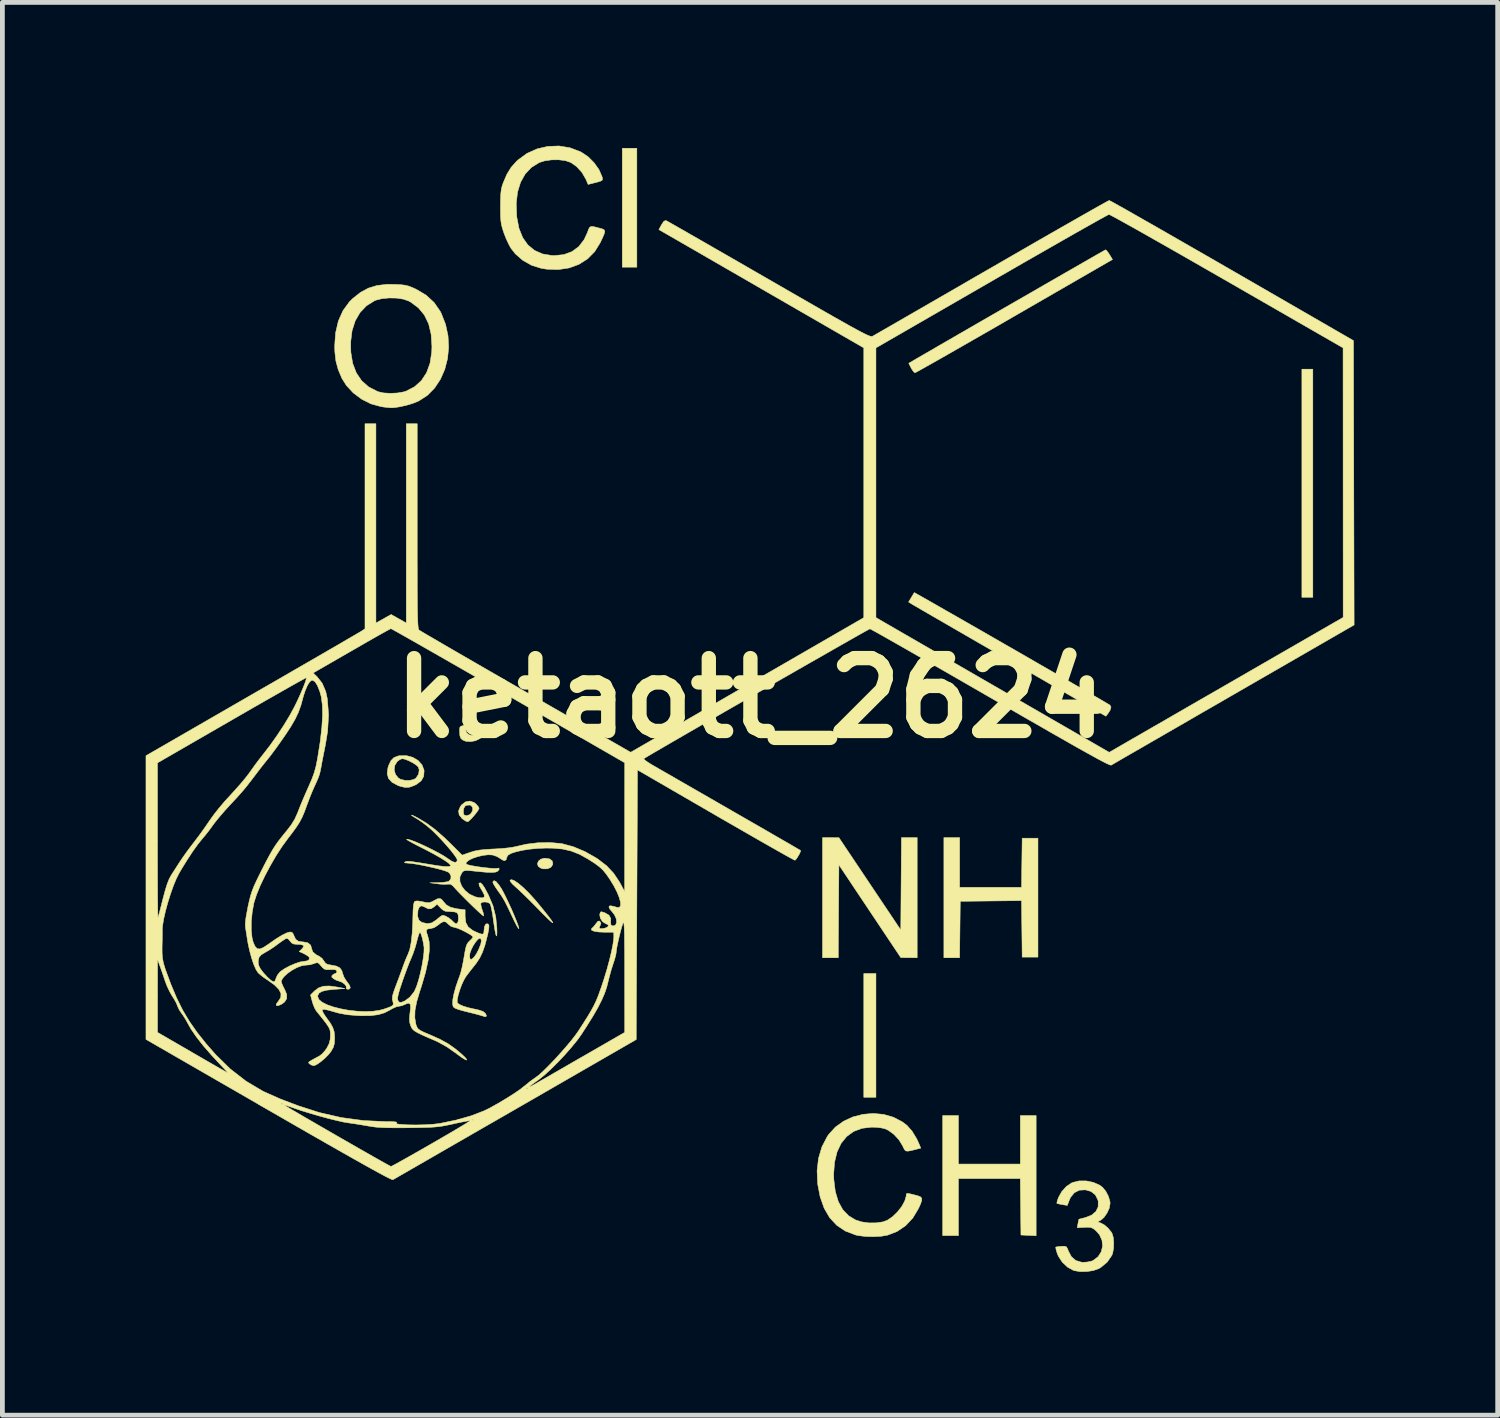
<source format=kicad_pcb>
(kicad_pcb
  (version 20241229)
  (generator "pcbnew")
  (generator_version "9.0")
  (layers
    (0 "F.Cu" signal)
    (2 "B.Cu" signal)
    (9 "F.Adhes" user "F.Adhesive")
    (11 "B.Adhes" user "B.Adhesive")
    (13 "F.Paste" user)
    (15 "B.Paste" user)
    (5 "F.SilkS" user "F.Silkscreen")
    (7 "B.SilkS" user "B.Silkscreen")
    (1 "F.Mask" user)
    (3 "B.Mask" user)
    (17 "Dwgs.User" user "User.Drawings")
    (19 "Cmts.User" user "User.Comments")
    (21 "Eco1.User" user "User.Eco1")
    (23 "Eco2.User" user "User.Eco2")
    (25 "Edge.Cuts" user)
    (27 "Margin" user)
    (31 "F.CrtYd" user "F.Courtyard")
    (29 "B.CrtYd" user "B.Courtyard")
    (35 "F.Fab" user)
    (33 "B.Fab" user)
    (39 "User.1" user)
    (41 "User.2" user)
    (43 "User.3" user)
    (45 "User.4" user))
  (footprint "ketaott_2624"
    (layer "F.Cu")
    (at 12.692 11.559)
    (property "Reference" "ketaott_2624" (at 0 0 0) (layer "F.SilkS") (effects (font (size 1.524 1.524) (thickness 0.3))))
    (attr through_hole)
    (fp_poly (pts (xy -2.413 -9.017) (xy -2.718 -9.017) (xy -2.718 -11.506) (xy -2.413 -11.506) (xy -2.413 -9.017)) (stroke (width 0.01) (type solid)) (fill yes) (layer "F.SilkS"))
    (fp_poly (pts (xy 2.591 8.357) (xy 2.337 8.357) (xy 2.337 5.766) (xy 2.591 5.766) (xy 2.591 8.357)) (stroke (width 0.01) (type solid)) (fill yes) (layer "F.SilkS"))
    (fp_poly (pts (xy 11.735 -2.108) (xy 11.506 -2.108) (xy 11.506 -6.883) (xy 11.735 -6.883) (xy 11.735 -2.108)) (stroke (width 0.01) (type solid)) (fill yes) (layer "F.SilkS"))
    (fp_poly (pts (xy 4.318 9.754) (xy 5.613 9.754) (xy 5.613 8.738) (xy 5.944 8.738) (xy 5.944 11.255) (xy 5.626 11.239) (xy 5.619 10.649) (xy 5.612 10.058) (xy 4.318 10.058) (xy 4.318 11.252) (xy 3.988 11.252) (xy 3.988 8.738) (xy 4.318 8.738) (xy 4.318 9.754)) (stroke (width 0.01) (type solid)) (fill yes) (layer "F.SilkS"))
    (fp_poly (pts (xy -4.241 3.367) (xy -4.185 3.408) (xy -4.171 3.47) (xy -4.174 3.486) (xy -4.212 3.543) (xy -4.282 3.575) (xy -4.37 3.576) (xy -4.42 3.563) (xy -4.477 3.523) (xy -4.494 3.47) (xy -4.475 3.417) (xy -4.426 3.374) (xy -4.35 3.353) (xy -4.334 3.353) (xy -4.241 3.367)) (stroke (width 0.01) (type solid)) (fill yes) (layer "F.SilkS"))
    (fp_poly (pts (xy 3.454 5.436) (xy 3.283 5.435) (xy 3.111 5.433) (xy 1.816 3.493) (xy 1.809 4.464) (xy 1.803 5.436) (xy 1.473 5.436) (xy 1.473 2.921) (xy 1.645 2.922) (xy 1.816 2.923) (xy 3.111 4.856) (xy 3.118 3.889) (xy 3.125 2.921) (xy 3.454 2.921) (xy 3.454 5.436)) (stroke (width 0.01) (type solid)) (fill yes) (layer "F.SilkS"))
    (fp_poly (pts (xy 4.343 3.962) (xy 5.638 3.962) (xy 5.652 2.934) (xy 5.982 2.934) (xy 5.982 5.423) (xy 5.652 5.423) (xy 5.645 4.832) (xy 5.638 4.241) (xy 4.997 4.248) (xy 4.356 4.255) (xy 4.349 4.845) (xy 4.342 5.436) (xy 4.013 5.436) (xy 4.013 2.921) (xy 4.343 2.921) (xy 4.343 3.962)) (stroke (width 0.01) (type solid)) (fill yes) (layer "F.SilkS"))
    (fp_poly (pts (xy -4.974 3.825) (xy -4.892 3.881) (xy -4.793 3.965) (xy -4.682 4.073) (xy -4.565 4.201) (xy -4.499 4.277) (xy -4.367 4.439) (xy -4.268 4.563) (xy -4.203 4.649) (xy -4.172 4.697) (xy -4.175 4.707) (xy -4.211 4.679) (xy -4.282 4.613) (xy -4.386 4.51) (xy -4.497 4.396) (xy -4.611 4.281) (xy -4.723 4.169) (xy -4.826 4.07) (xy -4.908 3.992) (xy -4.95 3.955) (xy -5.017 3.893) (xy -5.059 3.843) (xy -5.069 3.813) (xy -5.069 3.813) (xy -5.035 3.801) (xy -4.974 3.825)) (stroke (width 0.01) (type solid)) (fill yes) (layer "F.SilkS"))
    (fp_poly (pts (xy -5.36 3.842) (xy -5.303 3.908) (xy -5.25 3.987) (xy -5.207 4.065) (xy -5.155 4.168) (xy -5.098 4.287) (xy -5.04 4.413) (xy -4.986 4.538) (xy -4.94 4.651) (xy -4.904 4.743) (xy -4.884 4.806) (xy -4.882 4.828) (xy -4.895 4.818) (xy -4.925 4.769) (xy -4.966 4.691) (xy -5.001 4.618) (xy -5.072 4.468) (xy -5.126 4.356) (xy -5.169 4.27) (xy -5.207 4.203) (xy -5.243 4.144) (xy -5.285 4.084) (xy -5.321 4.034) (xy -5.375 3.955) (xy -5.413 3.891) (xy -5.428 3.852) (xy -5.427 3.849) (xy -5.402 3.822) (xy -5.36 3.842)) (stroke (width 0.01) (type solid)) (fill yes) (layer "F.SilkS"))
    (fp_poly (pts (xy -5.82 2.187) (xy -5.777 2.221) (xy -5.735 2.27) (xy -5.715 2.305) (xy -5.715 2.307) (xy -5.731 2.343) (xy -5.771 2.401) (xy -5.825 2.467) (xy -5.881 2.529) (xy -5.929 2.575) (xy -5.957 2.591) (xy -5.996 2.575) (xy -6.053 2.537) (xy -6.069 2.525) (xy -6.132 2.447) (xy -6.143 2.372) (xy -6.045 2.372) (xy -6.039 2.429) (xy -6.028 2.447) (xy -5.98 2.464) (xy -5.919 2.445) (xy -5.882 2.415) (xy -5.849 2.353) (xy -5.85 2.292) (xy -5.884 2.249) (xy -5.913 2.24) (xy -5.975 2.245) (xy -6.008 2.262) (xy -6.034 2.307) (xy -6.045 2.372) (xy -6.143 2.372) (xy -6.144 2.362) (xy -6.107 2.271) (xy -6.081 2.237) (xy -6 2.174) (xy -5.909 2.157) (xy -5.82 2.187)) (stroke (width 0.01) (type solid)) (fill yes) (layer "F.SilkS"))
    (fp_poly (pts (xy -5.755 0.546) (xy -5.683 0.587) (xy -5.64 0.657) (xy -5.622 0.729) (xy -5.637 0.785) (xy -5.698 0.85) (xy -5.789 0.894) (xy -5.894 0.913) (xy -5.996 0.905) (xy -6.065 0.875) (xy -6.101 0.838) (xy -6.118 0.783) (xy -6.121 0.711) (xy -6.122 0.672) (xy -5.994 0.672) (xy -5.973 0.731) (xy -5.921 0.771) (xy -5.857 0.783) (xy -5.8 0.76) (xy -5.796 0.757) (xy -5.766 0.7) (xy -5.773 0.641) (xy -5.812 0.6) (xy -5.827 0.595) (xy -5.894 0.594) (xy -5.955 0.617) (xy -5.991 0.656) (xy -5.994 0.672) (xy -6.122 0.672) (xy -6.122 0.656) (xy -6.119 0.619) (xy -6.103 0.596) (xy -6.065 0.58) (xy -5.998 0.567) (xy -5.891 0.551) (xy -5.855 0.545) (xy -5.755 0.546)) (stroke (width 0.01) (type solid)) (fill yes) (layer "F.SilkS"))
    (fp_poly (pts (xy 7.42 -9.364) (xy 7.457 -9.315) (xy 7.479 -9.282) (xy 7.542 -9.178) (xy 5.489 -7.993) (xy 5.192 -7.821) (xy 4.907 -7.657) (xy 4.638 -7.503) (xy 4.387 -7.359) (xy 4.158 -7.228) (xy 3.953 -7.111) (xy 3.776 -7.011) (xy 3.63 -6.929) (xy 3.519 -6.866) (xy 3.444 -6.825) (xy 3.409 -6.808) (xy 3.407 -6.807) (xy 3.38 -6.828) (xy 3.343 -6.88) (xy 3.328 -6.907) (xy 3.278 -7.006) (xy 3.474 -7.121) (xy 3.591 -7.189) (xy 3.739 -7.274) (xy 3.913 -7.376) (xy 4.112 -7.49) (xy 4.329 -7.616) (xy 4.563 -7.751) (xy 4.808 -7.893) (xy 5.062 -8.039) (xy 5.32 -8.188) (xy 5.579 -8.337) (xy 5.835 -8.484) (xy 6.084 -8.628) (xy 6.322 -8.765) (xy 6.546 -8.894) (xy 6.752 -9.012) (xy 6.936 -9.118) (xy 7.095 -9.209) (xy 7.224 -9.283) (xy 7.32 -9.337) (xy 7.379 -9.371) (xy 7.397 -9.381) (xy 7.42 -9.364)) (stroke (width 0.01) (type solid)) (fill yes) (layer "F.SilkS"))
    (fp_poly (pts (xy -7.104 1.241) (xy -6.993 1.306) (xy -6.911 1.397) (xy -6.868 1.507) (xy -6.866 1.525) (xy -6.874 1.638) (xy -6.926 1.732) (xy -7.025 1.808) (xy -7.072 1.831) (xy -7.172 1.867) (xy -7.264 1.872) (xy -7.369 1.847) (xy -7.415 1.83) (xy -7.537 1.765) (xy -7.611 1.683) (xy -7.639 1.582) (xy -7.629 1.508) (xy -7.491 1.508) (xy -7.465 1.599) (xy -7.406 1.673) (xy -7.357 1.702) (xy -7.264 1.724) (xy -7.165 1.724) (xy -7.079 1.704) (xy -7.036 1.677) (xy -6.982 1.595) (xy -6.968 1.508) (xy -6.985 1.448) (xy -7.025 1.407) (xy -7.096 1.36) (xy -7.182 1.315) (xy -7.264 1.282) (xy -7.323 1.27) (xy -7.371 1.287) (xy -7.427 1.328) (xy -7.431 1.332) (xy -7.48 1.414) (xy -7.491 1.508) (xy -7.629 1.508) (xy -7.622 1.458) (xy -7.609 1.414) (xy -7.56 1.311) (xy -7.497 1.247) (xy -7.409 1.213) (xy -7.379 1.208) (xy -7.235 1.206) (xy -7.104 1.241)) (stroke (width 0.01) (type solid)) (fill yes) (layer "F.SilkS"))
    (fp_poly (pts (xy 3.416 -2.195) (xy 3.478 -2.16) (xy 3.577 -2.104) (xy 3.709 -2.029) (xy 3.869 -1.938) (xy 4.055 -1.831) (xy 4.263 -1.713) (xy 4.489 -1.583) (xy 4.729 -1.446) (xy 4.979 -1.302) (xy 5.236 -1.154) (xy 5.496 -1.005) (xy 5.755 -0.856) (xy 6.009 -0.709) (xy 6.256 -0.567) (xy 6.491 -0.432) (xy 6.709 -0.305) (xy 6.909 -0.19) (xy 7.085 -0.087) (xy 7.235 -0.001) (xy 7.354 0.069) (xy 7.439 0.119) (xy 7.486 0.147) (xy 7.489 0.149) (xy 7.511 0.19) (xy 7.492 0.256) (xy 7.448 0.324) (xy 7.404 0.381) (xy 5.397 -0.777) (xy 5.103 -0.947) (xy 4.82 -1.11) (xy 4.552 -1.265) (xy 4.303 -1.409) (xy 4.074 -1.542) (xy 3.871 -1.659) (xy 3.695 -1.761) (xy 3.55 -1.845) (xy 3.439 -1.91) (xy 3.366 -1.952) (xy 3.333 -1.972) (xy 3.333 -1.972) (xy 3.274 -2.009) (xy 3.331 -2.103) (xy 3.367 -2.163) (xy 3.39 -2.201) (xy 3.394 -2.206) (xy 3.416 -2.195)) (stroke (width 0.01) (type solid)) (fill yes) (layer "F.SilkS"))
    (fp_poly (pts (xy 2.752 8.715) (xy 2.957 8.774) (xy 3.144 8.872) (xy 3.239 8.944) (xy 3.347 9.065) (xy 3.445 9.227) (xy 3.491 9.327) (xy 3.53 9.421) (xy 3.435 9.445) (xy 3.329 9.472) (xy 3.261 9.484) (xy 3.219 9.48) (xy 3.192 9.457) (xy 3.167 9.41) (xy 3.149 9.371) (xy 3.071 9.245) (xy 2.967 9.133) (xy 2.851 9.048) (xy 2.779 9.015) (xy 2.701 8.997) (xy 2.597 8.985) (xy 2.5 8.982) (xy 2.298 9.006) (xy 2.124 9.072) (xy 1.978 9.178) (xy 1.862 9.321) (xy 1.777 9.501) (xy 1.725 9.715) (xy 1.706 9.961) (xy 1.71 10.084) (xy 1.741 10.331) (xy 1.803 10.539) (xy 1.896 10.708) (xy 2.021 10.838) (xy 2.164 10.924) (xy 2.294 10.965) (xy 2.444 10.986) (xy 2.598 10.985) (xy 2.738 10.964) (xy 2.832 10.929) (xy 2.94 10.855) (xy 3.042 10.756) (xy 3.13 10.644) (xy 3.193 10.53) (xy 3.224 10.427) (xy 3.225 10.405) (xy 3.227 10.382) (xy 3.238 10.37) (xy 3.267 10.37) (xy 3.324 10.381) (xy 3.418 10.405) (xy 3.461 10.416) (xy 3.518 10.437) (xy 3.548 10.466) (xy 3.55 10.513) (xy 3.526 10.587) (xy 3.481 10.686) (xy 3.363 10.883) (xy 3.212 11.044) (xy 3.034 11.165) (xy 2.839 11.241) (xy 2.704 11.265) (xy 2.542 11.274) (xy 2.374 11.27) (xy 2.223 11.251) (xy 2.165 11.238) (xy 1.952 11.157) (xy 1.772 11.037) (xy 1.623 10.877) (xy 1.507 10.678) (xy 1.423 10.44) (xy 1.371 10.168) (xy 1.359 9.896) (xy 1.389 9.636) (xy 1.46 9.395) (xy 1.571 9.18) (xy 1.599 9.139) (xy 1.742 8.981) (xy 1.915 8.857) (xy 2.111 8.767) (xy 2.321 8.713) (xy 2.537 8.695) (xy 2.752 8.715)) (stroke (width 0.01) (type solid)) (fill yes) (layer "F.SilkS"))
    (fp_poly (pts (xy -7.483 -8.657) (xy -7.358 -8.651) (xy -7.266 -8.64) (xy -7.188 -8.621) (xy -7.106 -8.589) (xy -7.03 -8.554) (xy -6.823 -8.431) (xy -6.656 -8.277) (xy -6.527 -8.091) (xy -6.507 -8.051) (xy -6.416 -7.819) (xy -6.365 -7.58) (xy -6.352 -7.339) (xy -6.375 -7.103) (xy -6.433 -6.878) (xy -6.524 -6.671) (xy -6.646 -6.487) (xy -6.797 -6.334) (xy -6.976 -6.218) (xy -7.002 -6.206) (xy -7.111 -6.163) (xy -7.242 -6.125) (xy -7.375 -6.095) (xy -7.493 -6.077) (xy -7.556 -6.074) (xy -7.626 -6.08) (xy -7.719 -6.091) (xy -7.772 -6.1) (xy -7.977 -6.156) (xy -8.172 -6.254) (xy -8.347 -6.385) (xy -8.493 -6.542) (xy -8.587 -6.692) (xy -8.664 -6.875) (xy -8.712 -7.053) (xy -8.734 -7.248) (xy -8.737 -7.367) (xy -8.732 -7.448) (xy -8.403 -7.448) (xy -8.399 -7.237) (xy -8.361 -7.005) (xy -8.285 -6.806) (xy -8.173 -6.64) (xy -8.025 -6.51) (xy -7.841 -6.416) (xy -7.826 -6.41) (xy -7.712 -6.385) (xy -7.572 -6.377) (xy -7.425 -6.384) (xy -7.293 -6.407) (xy -7.242 -6.423) (xy -7.064 -6.515) (xy -6.921 -6.645) (xy -6.813 -6.81) (xy -6.741 -7.009) (xy -6.706 -7.242) (xy -6.702 -7.36) (xy -6.719 -7.614) (xy -6.771 -7.832) (xy -6.86 -8.015) (xy -6.985 -8.166) (xy -7.148 -8.287) (xy -7.188 -8.309) (xy -7.3 -8.348) (xy -7.443 -8.37) (xy -7.598 -8.373) (xy -7.748 -8.359) (xy -7.876 -8.326) (xy -7.903 -8.315) (xy -8.071 -8.21) (xy -8.206 -8.069) (xy -8.308 -7.893) (xy -8.374 -7.685) (xy -8.403 -7.448) (xy -8.732 -7.448) (xy -8.718 -7.643) (xy -8.66 -7.891) (xy -8.564 -8.107) (xy -8.43 -8.291) (xy -8.365 -8.356) (xy -8.201 -8.487) (xy -8.033 -8.578) (xy -7.851 -8.634) (xy -7.643 -8.658) (xy -7.483 -8.657)) (stroke (width 0.01) (type solid)) (fill yes) (layer "F.SilkS"))
    (fp_poly (pts (xy -3.815 -11.517) (xy -3.595 -11.434) (xy -3.574 -11.423) (xy -3.433 -11.328) (xy -3.307 -11.202) (xy -3.207 -11.061) (xy -3.143 -10.915) (xy -3.137 -10.894) (xy -3.131 -10.857) (xy -3.143 -10.833) (xy -3.183 -10.814) (xy -3.26 -10.792) (xy -3.277 -10.788) (xy -3.433 -10.749) (xy -3.479 -10.857) (xy -3.562 -11) (xy -3.675 -11.124) (xy -3.795 -11.208) (xy -3.908 -11.247) (xy -4.05 -11.265) (xy -4.203 -11.263) (xy -4.35 -11.241) (xy -4.458 -11.206) (xy -4.62 -11.105) (xy -4.75 -10.967) (xy -4.847 -10.794) (xy -4.91 -10.589) (xy -4.937 -10.354) (xy -4.928 -10.092) (xy -4.925 -10.061) (xy -4.88 -9.83) (xy -4.803 -9.637) (xy -4.694 -9.483) (xy -4.555 -9.368) (xy -4.387 -9.294) (xy -4.189 -9.261) (xy -4.14 -9.26) (xy -3.942 -9.28) (xy -3.771 -9.343) (xy -3.629 -9.447) (xy -3.517 -9.593) (xy -3.45 -9.736) (xy -3.424 -9.807) (xy -3.402 -9.85) (xy -3.373 -9.868) (xy -3.325 -9.867) (xy -3.247 -9.848) (xy -3.167 -9.827) (xy -3.119 -9.812) (xy -3.092 -9.792) (xy -3.085 -9.759) (xy -3.1 -9.704) (xy -3.138 -9.618) (xy -3.181 -9.527) (xy -3.296 -9.341) (xy -3.446 -9.19) (xy -3.626 -9.076) (xy -3.831 -9.001) (xy -4.057 -8.967) (xy -4.299 -8.975) (xy -4.413 -8.993) (xy -4.615 -9.056) (xy -4.8 -9.16) (xy -4.956 -9.296) (xy -5.05 -9.416) (xy -5.096 -9.501) (xy -5.148 -9.612) (xy -5.193 -9.727) (xy -5.198 -9.741) (xy -5.227 -9.83) (xy -5.247 -9.907) (xy -5.259 -9.986) (xy -5.266 -10.08) (xy -5.268 -10.204) (xy -5.268 -10.287) (xy -5.266 -10.438) (xy -5.261 -10.55) (xy -5.251 -10.636) (xy -5.235 -10.71) (xy -5.211 -10.78) (xy -5.134 -10.96) (xy -5.046 -11.104) (xy -4.936 -11.228) (xy -4.902 -11.26) (xy -4.713 -11.398) (xy -4.501 -11.493) (xy -4.276 -11.545) (xy -4.044 -11.554) (xy -3.815 -11.517)) (stroke (width 0.01) (type solid)) (fill yes) (layer "F.SilkS"))
    (fp_poly (pts (xy 7.142 10.138) (xy 7.275 10.197) (xy 7.337 10.244) (xy 7.402 10.324) (xy 7.456 10.428) (xy 7.488 10.533) (xy 7.492 10.577) (xy 7.475 10.676) (xy 7.427 10.781) (xy 7.362 10.873) (xy 7.31 10.918) (xy 7.232 10.967) (xy 7.293 10.986) (xy 7.369 11.026) (xy 7.45 11.096) (xy 7.517 11.179) (xy 7.533 11.206) (xy 7.558 11.288) (xy 7.568 11.398) (xy 7.564 11.516) (xy 7.546 11.619) (xy 7.528 11.666) (xy 7.43 11.808) (xy 7.296 11.919) (xy 7.252 11.944) (xy 7.138 11.984) (xy 7 12.004) (xy 6.859 12.005) (xy 6.738 11.984) (xy 6.721 11.978) (xy 6.599 11.91) (xy 6.49 11.806) (xy 6.409 11.682) (xy 6.386 11.627) (xy 6.364 11.555) (xy 6.354 11.505) (xy 6.355 11.493) (xy 6.384 11.485) (xy 6.446 11.478) (xy 6.473 11.476) (xy 6.543 11.474) (xy 6.58 11.489) (xy 6.604 11.533) (xy 6.617 11.57) (xy 6.681 11.692) (xy 6.773 11.772) (xy 6.891 11.808) (xy 6.936 11.811) (xy 7.028 11.803) (xy 7.11 11.784) (xy 7.136 11.773) (xy 7.24 11.694) (xy 7.307 11.59) (xy 7.334 11.472) (xy 7.322 11.349) (xy 7.269 11.232) (xy 7.197 11.151) (xy 7.14 11.105) (xy 7.09 11.082) (xy 7.027 11.076) (xy 6.955 11.079) (xy 6.804 11.087) (xy 6.82 10.998) (xy 6.832 10.939) (xy 6.84 10.909) (xy 6.841 10.908) (xy 6.866 10.902) (xy 6.925 10.887) (xy 6.972 10.875) (xy 7.105 10.823) (xy 7.195 10.747) (xy 7.242 10.65) (xy 7.243 10.535) (xy 7.236 10.504) (xy 7.183 10.399) (xy 7.093 10.328) (xy 6.976 10.294) (xy 6.848 10.301) (xy 6.744 10.354) (xy 6.666 10.449) (xy 6.64 10.505) (xy 6.596 10.62) (xy 6.492 10.603) (xy 6.425 10.59) (xy 6.383 10.579) (xy 6.378 10.577) (xy 6.38 10.55) (xy 6.398 10.492) (xy 6.41 10.457) (xy 6.479 10.332) (xy 6.577 10.223) (xy 6.69 10.147) (xy 6.705 10.141) (xy 6.84 10.107) (xy 6.992 10.107) (xy 7.142 10.138)) (stroke (width 0.01) (type solid)) (fill yes) (layer "F.SilkS"))
    (fp_poly (pts (xy -6.49 4.223) (xy -6.467 4.254) (xy -6.399 4.331) (xy -6.308 4.381) (xy -6.181 4.411) (xy -6.157 4.414) (xy -6.007 4.433) (xy -6.007 4.576) (xy -5.992 4.7) (xy -5.943 4.791) (xy -5.852 4.862) (xy -5.807 4.885) (xy -5.713 4.926) (xy -5.655 4.943) (xy -5.625 4.936) (xy -5.614 4.904) (xy -5.613 4.881) (xy -5.604 4.787) (xy -5.576 4.734) (xy -5.549 4.724) (xy -5.521 4.733) (xy -5.508 4.764) (xy -5.511 4.826) (xy -5.529 4.924) (xy -5.544 4.987) (xy -5.592 5.172) (xy -5.643 5.319) (xy -5.701 5.44) (xy -5.771 5.547) (xy -5.803 5.588) (xy -5.874 5.677) (xy -5.944 5.768) (xy -5.99 5.829) (xy -6.035 5.905) (xy -6.08 6.004) (xy -6.12 6.113) (xy -6.152 6.218) (xy -6.171 6.308) (xy -6.173 6.369) (xy -6.169 6.38) (xy -6.13 6.412) (xy -6.051 6.447) (xy -5.942 6.481) (xy -5.813 6.51) (xy -5.779 6.516) (xy -5.697 6.537) (xy -5.628 6.564) (xy -5.62 6.569) (xy -5.579 6.607) (xy -5.562 6.645) (xy -5.57 6.67) (xy -5.606 6.667) (xy -5.607 6.666) (xy -5.655 6.65) (xy -5.733 6.628) (xy -5.804 6.609) (xy -5.964 6.569) (xy -6.082 6.539) (xy -6.163 6.514) (xy -6.216 6.493) (xy -6.247 6.472) (xy -6.261 6.448) (xy -6.267 6.417) (xy -6.269 6.394) (xy -6.264 6.307) (xy -6.24 6.185) (xy -6.201 6.043) (xy -6.149 5.891) (xy -6.125 5.829) (xy -6.099 5.75) (xy -6.071 5.637) (xy -6.045 5.509) (xy -6.031 5.429) (xy -5.914 5.429) (xy -5.899 5.467) (xy -5.867 5.466) (xy -5.823 5.428) (xy -5.772 5.356) (xy -5.725 5.266) (xy -5.68 5.153) (xy -5.666 5.076) (xy -5.682 5.035) (xy -5.703 5.029) (xy -5.739 5.05) (xy -5.786 5.105) (xy -5.836 5.18) (xy -5.878 5.262) (xy -5.905 5.337) (xy -5.908 5.35) (xy -5.914 5.429) (xy -6.031 5.429) (xy -6.03 5.426) (xy -6.009 5.301) (xy -5.99 5.215) (xy -5.97 5.157) (xy -5.945 5.117) (xy -5.914 5.085) (xy -5.867 5.039) (xy -5.843 5.006) (xy -5.842 5.002) (xy -5.863 4.977) (xy -5.919 4.94) (xy -5.995 4.898) (xy -6.079 4.856) (xy -6.157 4.822) (xy -6.217 4.803) (xy -6.234 4.801) (xy -6.302 4.78) (xy -6.355 4.737) (xy -6.408 4.689) (xy -6.459 4.679) (xy -6.519 4.709) (xy -6.57 4.75) (xy -6.655 4.806) (xy -6.73 4.826) (xy -6.794 4.834) (xy -6.819 4.864) (xy -6.809 4.923) (xy -6.794 4.962) (xy -6.76 5.099) (xy -6.755 5.274) (xy -6.78 5.487) (xy -6.835 5.739) (xy -6.92 6.031) (xy -6.957 6.142) (xy -7.021 6.357) (xy -7.056 6.538) (xy -7.06 6.693) (xy -7.037 6.83) (xy -7.028 6.857) (xy -7.011 6.897) (xy -6.986 6.929) (xy -6.943 6.959) (xy -6.873 6.994) (xy -6.768 7.039) (xy -6.731 7.054) (xy -6.533 7.143) (xy -6.367 7.234) (xy -6.215 7.341) (xy -6.083 7.451) (xy -6.009 7.521) (xy -5.975 7.563) (xy -5.975 7.578) (xy -6.009 7.566) (xy -6.071 7.528) (xy -6.16 7.464) (xy -6.202 7.432) (xy -6.386 7.303) (xy -6.575 7.198) (xy -6.629 7.173) (xy -6.79 7.104) (xy -6.911 7.05) (xy -6.997 7.008) (xy -7.057 6.974) (xy -7.096 6.943) (xy -7.122 6.911) (xy -7.14 6.875) (xy -7.146 6.86) (xy -7.167 6.792) (xy -7.173 6.719) (xy -7.165 6.621) (xy -7.161 6.59) (xy -7.149 6.48) (xy -7.154 6.415) (xy -7.178 6.388) (xy -7.223 6.394) (xy -7.26 6.411) (xy -7.332 6.44) (xy -7.397 6.452) (xy -7.398 6.452) (xy -7.452 6.465) (xy -7.528 6.499) (xy -7.58 6.529) (xy -7.696 6.589) (xy -7.828 6.628) (xy -7.987 6.648) (xy -8.18 6.65) (xy -8.269 6.646) (xy -8.472 6.629) (xy -8.646 6.597) (xy -8.761 6.565) (xy -8.872 6.533) (xy -8.952 6.518) (xy -8.994 6.52) (xy -8.996 6.522) (xy -8.994 6.554) (xy -8.961 6.617) (xy -8.905 6.698) (xy -8.826 6.808) (xy -8.777 6.897) (xy -8.749 6.981) (xy -8.739 7.075) (xy -8.738 7.135) (xy -8.744 7.235) (xy -8.767 7.314) (xy -8.815 7.398) (xy -8.872 7.469) (xy -8.947 7.544) (xy -9.029 7.613) (xy -9.105 7.666) (xy -9.164 7.694) (xy -9.177 7.696) (xy -9.223 7.682) (xy -9.257 7.662) (xy -9.283 7.638) (xy -9.277 7.618) (xy -9.232 7.588) (xy -9.217 7.579) (xy -9.137 7.535) (xy -9.06 7.494) (xy -9.056 7.492) (xy -9 7.449) (xy -8.938 7.379) (xy -8.904 7.331) (xy -8.854 7.235) (xy -8.831 7.143) (xy -8.827 7.065) (xy -8.828 7.012) (xy -8.832 6.967) (xy -8.845 6.924) (xy -8.87 6.876) (xy -8.913 6.814) (xy -8.976 6.731) (xy -9.065 6.62) (xy -9.126 6.544) (xy -9.158 6.487) (xy -9.191 6.404) (xy -9.207 6.352) (xy -9.243 6.215) (xy -9.16 6.132) (xy -9.074 6.067) (xy -8.974 6.032) (xy -8.85 6.027) (xy -8.702 6.047) (xy -8.522 6.081) (xy -8.758 6.099) (xy -8.905 6.115) (xy -9.006 6.141) (xy -9.066 6.178) (xy -9.092 6.229) (xy -9.093 6.248) (xy -9.069 6.309) (xy -9.002 6.366) (xy -8.898 6.419) (xy -8.767 6.465) (xy -8.614 6.504) (xy -8.448 6.535) (xy -8.276 6.554) (xy -8.106 6.562) (xy -7.945 6.557) (xy -7.8 6.536) (xy -7.721 6.516) (xy -7.616 6.48) (xy -7.551 6.453) (xy -7.518 6.428) (xy -7.51 6.398) (xy -7.519 6.355) (xy -7.522 6.344) (xy -7.528 6.313) (xy -7.42 6.313) (xy -7.415 6.328) (xy -7.385 6.366) (xy -7.344 6.371) (xy -7.279 6.344) (xy -7.269 6.34) (xy -7.167 6.264) (xy -7.08 6.157) (xy -7.06 6.121) (xy -7.021 6.029) (xy -6.981 5.902) (xy -6.943 5.756) (xy -6.91 5.602) (xy -6.885 5.454) (xy -6.869 5.325) (xy -6.867 5.228) (xy -6.868 5.21) (xy -6.886 5.105) (xy -6.907 5.011) (xy -6.93 4.94) (xy -6.949 4.905) (xy -6.954 4.902) (xy -6.968 4.925) (xy -6.989 4.986) (xy -7.013 5.073) (xy -7.019 5.099) (xy -7.053 5.221) (xy -7.096 5.347) (xy -7.137 5.448) (xy -7.173 5.531) (xy -7.218 5.647) (xy -7.268 5.782) (xy -7.318 5.922) (xy -7.324 5.941) (xy -7.373 6.088) (xy -7.404 6.195) (xy -7.419 6.268) (xy -7.42 6.313) (xy -7.528 6.313) (xy -7.531 6.298) (xy -7.529 6.246) (xy -7.511 6.177) (xy -7.477 6.079) (xy -7.455 6.02) (xy -7.407 5.894) (xy -7.359 5.763) (xy -7.317 5.649) (xy -7.304 5.612) (xy -7.267 5.512) (xy -7.228 5.418) (xy -7.201 5.359) (xy -7.165 5.26) (xy -7.137 5.115) (xy -7.116 4.932) (xy -7.104 4.716) (xy -7.101 4.591) (xy -7.1 4.569) (xy -7.002 4.569) (xy -6.973 4.651) (xy -6.913 4.696) (xy -6.8 4.722) (xy -6.705 4.706) (xy -6.612 4.646) (xy -6.601 4.636) (xy -6.54 4.585) (xy -6.492 4.553) (xy -6.476 4.547) (xy -6.421 4.562) (xy -6.351 4.601) (xy -6.288 4.651) (xy -6.268 4.672) (xy -6.214 4.72) (xy -6.174 4.72) (xy -6.152 4.673) (xy -6.147 4.613) (xy -6.152 4.54) (xy -6.174 4.497) (xy -6.225 4.477) (xy -6.313 4.471) (xy -6.338 4.47) (xy -6.421 4.463) (xy -6.481 4.431) (xy -6.521 4.393) (xy -6.594 4.316) (xy -6.653 4.368) (xy -6.719 4.411) (xy -6.78 4.412) (xy -6.846 4.379) (xy -6.913 4.35) (xy -6.961 4.368) (xy -6.991 4.433) (xy -6.995 4.454) (xy -7.002 4.569) (xy -7.1 4.569) (xy -7.097 4.443) (xy -7.088 4.336) (xy -7.074 4.275) (xy -7.068 4.263) (xy -7.036 4.248) (xy -6.981 4.249) (xy -6.896 4.265) (xy -6.812 4.282) (xy -6.755 4.283) (xy -6.706 4.266) (xy -6.665 4.244) (xy -6.586 4.203) (xy -6.532 4.196) (xy -6.49 4.223)) (stroke (width 0.01) (type solid)) (fill yes) (layer "F.SilkS"))
    (fp_poly (pts (xy 7.5 -10.401) (xy 7.567 -10.365) (xy 7.672 -10.306) (xy 7.813 -10.227) (xy 7.987 -10.128) (xy 8.19 -10.012) (xy 8.421 -9.881) (xy 8.677 -9.734) (xy 8.954 -9.575) (xy 9.25 -9.405) (xy 9.562 -9.226) (xy 9.888 -9.038) (xy 10.046 -8.947) (xy 12.586 -7.48) (xy 12.592 -4.505) (xy 12.599 -1.529) (xy 10.078 -0.075) (xy 9.748 0.116) (xy 9.429 0.299) (xy 9.126 0.475) (xy 8.84 0.64) (xy 8.575 0.793) (xy 8.332 0.933) (xy 8.116 1.058) (xy 7.928 1.166) (xy 7.772 1.256) (xy 7.65 1.327) (xy 7.566 1.376) (xy 7.522 1.402) (xy 7.516 1.405) (xy 7.5 1.404) (xy 7.466 1.392) (xy 7.412 1.367) (xy 7.336 1.328) (xy 7.236 1.275) (xy 7.109 1.205) (xy 6.954 1.119) (xy 6.768 1.015) (xy 6.551 0.891) (xy 6.299 0.748) (xy 6.011 0.582) (xy 5.684 0.395) (xy 5.318 0.183) (xy 4.985 -0.009) (xy 4.657 -0.198) (xy 4.342 -0.38) (xy 4.041 -0.553) (xy 3.758 -0.715) (xy 3.496 -0.866) (xy 3.257 -1.003) (xy 3.044 -1.124) (xy 2.86 -1.229) (xy 2.708 -1.315) (xy 2.59 -1.381) (xy 2.51 -1.425) (xy 2.47 -1.446) (xy 2.466 -1.448) (xy 2.441 -1.435) (xy 2.376 -1.4) (xy 2.274 -1.343) (xy 2.138 -1.266) (xy 1.973 -1.172) (xy 1.781 -1.063) (xy 1.566 -0.94) (xy 1.331 -0.806) (xy 1.08 -0.663) (xy 0.817 -0.512) (xy 0.544 -0.356) (xy 0.266 -0.196) (xy -0.014 -0.036) (xy -0.292 0.125) (xy -0.566 0.282) (xy -0.831 0.435) (xy -1.085 0.581) (xy -1.323 0.718) (xy -1.542 0.845) (xy -1.739 0.959) (xy -1.911 1.059) (xy -2.052 1.141) (xy -2.161 1.205) (xy -2.234 1.249) (xy -2.267 1.269) (xy -2.268 1.27) (xy -2.257 1.289) (xy -2.209 1.326) (xy -2.135 1.375) (xy -2.09 1.402) (xy -2.034 1.434) (xy -1.938 1.49) (xy -1.806 1.565) (xy -1.643 1.659) (xy -1.454 1.768) (xy -1.242 1.89) (xy -1.012 2.022) (xy -0.769 2.162) (xy -0.516 2.308) (xy -0.445 2.349) (xy -0.196 2.492) (xy 0.039 2.627) (xy 0.258 2.753) (xy 0.456 2.868) (xy 0.63 2.968) (xy 0.776 3.052) (xy 0.89 3.119) (xy 0.969 3.165) (xy 1.01 3.189) (xy 1.014 3.192) (xy 1.01 3.217) (xy 0.987 3.268) (xy 0.953 3.326) (xy 0.92 3.374) (xy 0.897 3.396) (xy 0.872 3.385) (xy 0.807 3.35) (xy 0.705 3.294) (xy 0.569 3.217) (xy 0.403 3.123) (xy 0.211 3.014) (xy -0.005 2.89) (xy -0.24 2.755) (xy -0.492 2.61) (xy -0.756 2.458) (xy -0.762 2.454) (xy -2.4 1.505) (xy -2.426 7.148) (xy -4.953 8.605) (xy -5.283 8.795) (xy -5.602 8.978) (xy -5.906 9.153) (xy -6.192 9.318) (xy -6.458 9.471) (xy -6.7 9.611) (xy -6.917 9.736) (xy -7.105 9.844) (xy -7.261 9.934) (xy -7.383 10.004) (xy -7.468 10.053) (xy -7.512 10.079) (xy -7.518 10.082) (xy -7.539 10.078) (xy -7.59 10.055) (xy -7.672 10.014) (xy -7.785 9.953) (xy -7.932 9.873) (xy -8.114 9.772) (xy -8.332 9.649) (xy -8.587 9.505) (xy -8.88 9.338) (xy -9.213 9.148) (xy -9.587 8.933) (xy -10.003 8.693) (xy -10.122 8.625) (xy -10.309 8.517) (xy -9.795 8.517) (xy -9.776 8.531) (xy -9.717 8.566) (xy -9.624 8.622) (xy -9.502 8.693) (xy -9.356 8.779) (xy -9.191 8.874) (xy -9.012 8.978) (xy -8.825 9.086) (xy -8.633 9.197) (xy -8.442 9.306) (xy -8.258 9.412) (xy -8.085 9.51) (xy -7.928 9.6) (xy -7.793 9.676) (xy -7.683 9.738) (xy -7.605 9.78) (xy -7.564 9.802) (xy -7.559 9.804) (xy -7.532 9.792) (xy -7.466 9.757) (xy -7.367 9.702) (xy -7.238 9.63) (xy -7.086 9.544) (xy -6.915 9.447) (xy -6.729 9.34) (xy -6.713 9.331) (xy -6.528 9.224) (xy -6.358 9.125) (xy -6.208 9.037) (xy -6.083 8.962) (xy -5.987 8.904) (xy -5.925 8.864) (xy -5.902 8.847) (xy -5.902 8.847) (xy -5.929 8.848) (xy -5.997 8.86) (xy -6.095 8.879) (xy -6.215 8.904) (xy -6.253 8.913) (xy -6.365 8.937) (xy -6.461 8.956) (xy -6.551 8.97) (xy -6.644 8.979) (xy -6.751 8.986) (xy -6.881 8.99) (xy -7.044 8.993) (xy -7.202 8.995) (xy -7.42 8.996) (xy -7.594 8.995) (xy -7.735 8.991) (xy -7.85 8.984) (xy -7.947 8.973) (xy -8.028 8.959) (xy -8.163 8.936) (xy -8.312 8.912) (xy -8.444 8.893) (xy -8.451 8.892) (xy -8.554 8.875) (xy -8.695 8.843) (xy -8.861 8.802) (xy -9.043 8.753) (xy -9.228 8.699) (xy -9.406 8.645) (xy -9.566 8.592) (xy -9.622 8.572) (xy -9.705 8.543) (xy -9.767 8.523) (xy -9.795 8.517) (xy -9.795 8.517) (xy -10.309 8.517) (xy -10.344 8.496) (xy -9.855 8.496) (xy -9.842 8.509) (xy -9.83 8.496) (xy -9.842 8.484) (xy -9.855 8.496) (xy -10.344 8.496) (xy -12.687 7.145) (xy -12.687 6.998) (xy -12.445 6.998) (xy -11.715 7.421) (xy -11.541 7.522) (xy -11.38 7.615) (xy -11.239 7.696) (xy -11.123 7.762) (xy -11.037 7.811) (xy -10.986 7.84) (xy -10.974 7.846) (xy -10.984 7.831) (xy -11.023 7.787) (xy -11.084 7.723) (xy -11.115 7.69) (xy -11.315 7.475) (xy -11.489 7.275) (xy -11.632 7.092) (xy -11.742 6.932) (xy -11.798 6.833) (xy -11.85 6.738) (xy -11.907 6.647) (xy -11.94 6.602) (xy -11.988 6.53) (xy -12.023 6.459) (xy -12.028 6.442) (xy -12.052 6.383) (xy -12.096 6.303) (xy -12.135 6.243) (xy -12.19 6.148) (xy -12.245 6.032) (xy -12.283 5.933) (xy -12.321 5.819) (xy -12.362 5.7) (xy -12.393 5.613) (xy -12.444 5.474) (xy -12.445 6.236) (xy -12.445 6.998) (xy -12.687 6.998) (xy -12.687 5.22) (xy -12.35 5.22) (xy -12.349 5.347) (xy -12.34 5.451) (xy -12.322 5.545) (xy -12.293 5.642) (xy -12.282 5.677) (xy -12.163 5.998) (xy -12.044 6.28) (xy -11.918 6.534) (xy -11.777 6.77) (xy -11.616 7) (xy -11.428 7.236) (xy -11.228 7.464) (xy -10.923 7.763) (xy -10.593 8.019) (xy -10.237 8.231) (xy -9.879 8.39) (xy -9.775 8.43) (xy -9.648 8.478) (xy -9.522 8.525) (xy -9.5 8.534) (xy -9.059 8.676) (xy -8.6 8.781) (xy -8.135 8.844) (xy -7.678 8.865) (xy -7.671 8.865) (xy -7.542 8.866) (xy -7.464 8.872) (xy -7.436 8.881) (xy -7.441 8.888) (xy -7.452 8.905) (xy -7.42 8.916) (xy -7.377 8.922) (xy -7.218 8.933) (xy -7.038 8.936) (xy -6.853 8.932) (xy -6.682 8.922) (xy -6.543 8.905) (xy -6.534 8.904) (xy -6.185 8.831) (xy -6.169 8.826) (xy -5.867 8.826) (xy -5.855 8.839) (xy -5.842 8.826) (xy -5.855 8.814) (xy -5.867 8.826) (xy -6.169 8.826) (xy -5.877 8.743) (xy -5.613 8.641) (xy -5.49 8.581) (xy -5.306 8.478) (xy -5.129 8.372) (xy -4.969 8.27) (xy -4.835 8.177) (xy -4.822 8.166) (xy -4.724 8.166) (xy -4.712 8.179) (xy -4.699 8.166) (xy -4.712 8.153) (xy -4.724 8.166) (xy -4.822 8.166) (xy -4.793 8.143) (xy -4.674 8.143) (xy -4.654 8.138) (xy -4.603 8.113) (xy -4.551 8.084) (xy -4.502 8.056) (xy -4.415 8.005) (xy -4.294 7.936) (xy -4.147 7.851) (xy -3.977 7.753) (xy -3.792 7.646) (xy -3.596 7.533) (xy -3.548 7.506) (xy -2.667 6.998) (xy -2.668 5.817) (xy -2.668 5.539) (xy -2.669 5.308) (xy -2.671 5.12) (xy -2.672 4.972) (xy -2.675 4.861) (xy -2.679 4.781) (xy -2.683 4.731) (xy -2.688 4.705) (xy -2.695 4.701) (xy -2.703 4.713) (xy -2.725 4.777) (xy -2.752 4.874) (xy -2.781 4.989) (xy -2.808 5.106) (xy -2.83 5.213) (xy -2.843 5.293) (xy -2.845 5.322) (xy -2.853 5.375) (xy -2.875 5.459) (xy -2.905 5.553) (xy -2.906 5.555) (xy -2.945 5.675) (xy -2.983 5.812) (xy -3.009 5.915) (xy -3.043 6.05) (xy -3.089 6.185) (xy -3.15 6.325) (xy -3.228 6.479) (xy -3.328 6.653) (xy -3.453 6.854) (xy -3.574 7.041) (xy -3.666 7.169) (xy -3.786 7.315) (xy -3.923 7.471) (xy -4.068 7.625) (xy -4.212 7.768) (xy -4.346 7.891) (xy -4.461 7.983) (xy -4.473 7.992) (xy -4.559 8.053) (xy -4.626 8.103) (xy -4.666 8.135) (xy -4.674 8.143) (xy -4.793 8.143) (xy -4.737 8.099) (xy -4.733 8.096) (xy -4.65 8.027) (xy -4.559 7.962) (xy -4.532 7.943) (xy -4.461 7.89) (xy -4.367 7.804) (xy -4.256 7.694) (xy -4.134 7.567) (xy -4.01 7.431) (xy -3.89 7.294) (xy -3.781 7.164) (xy -3.691 7.047) (xy -3.638 6.972) (xy -3.527 6.8) (xy -3.44 6.662) (xy -3.373 6.549) (xy -3.32 6.453) (xy -3.277 6.365) (xy -3.24 6.279) (xy -3.222 6.234) (xy -3.158 6.056) (xy -3.095 5.865) (xy -3.036 5.67) (xy -2.985 5.48) (xy -2.943 5.305) (xy -2.913 5.154) (xy -2.897 5.037) (xy -2.895 4.997) (xy -2.896 4.902) (xy -3.088 4.902) (xy -3.212 4.897) (xy -3.303 4.883) (xy -3.356 4.862) (xy -3.366 4.835) (xy -3.349 4.816) (xy -3.308 4.775) (xy -3.265 4.718) (xy -3.228 4.672) (xy -3.198 4.667) (xy -3.185 4.676) (xy -3.164 4.716) (xy -3.176 4.751) (xy -3.196 4.795) (xy -3.2 4.812) (xy -3.18 4.826) (xy -3.131 4.826) (xy -3.075 4.815) (xy -3.03 4.795) (xy -3.022 4.788) (xy -3.008 4.759) (xy -3.03 4.737) (xy -3.068 4.722) (xy -3.133 4.679) (xy -3.177 4.61) (xy -3.19 4.536) (xy -3.184 4.508) (xy -3.173 4.481) (xy -3.157 4.473) (xy -3.12 4.483) (xy -3.077 4.498) (xy -2.995 4.547) (xy -2.958 4.617) (xy -2.961 4.686) (xy -2.958 4.743) (xy -2.924 4.771) (xy -2.875 4.762) (xy -2.856 4.746) (xy -2.836 4.694) (xy -2.845 4.619) (xy -2.88 4.539) (xy -2.934 4.47) (xy -2.977 4.42) (xy -2.997 4.377) (xy -2.997 4.374) (xy -2.988 4.353) (xy -2.956 4.349) (xy -2.892 4.363) (xy -2.827 4.382) (xy -2.777 4.381) (xy -2.754 4.344) (xy -2.755 4.274) (xy -2.78 4.179) (xy -2.827 4.063) (xy -2.894 3.932) (xy -2.98 3.791) (xy -2.981 3.79) (xy -3.054 3.685) (xy -3.121 3.603) (xy -3.196 3.533) (xy -3.289 3.464) (xy -3.413 3.384) (xy -3.435 3.37) (xy -3.613 3.271) (xy -3.786 3.203) (xy -3.967 3.161) (xy -4.172 3.143) (xy -4.318 3.141) (xy -4.49 3.148) (xy -4.657 3.164) (xy -4.81 3.188) (xy -4.941 3.218) (xy -5.043 3.251) (xy -5.107 3.288) (xy -5.127 3.316) (xy -5.15 3.386) (xy -5.187 3.407) (xy -5.242 3.381) (xy -5.261 3.366) (xy -5.339 3.318) (xy -5.426 3.287) (xy -5.43 3.286) (xy -5.522 3.281) (xy -5.63 3.293) (xy -5.742 3.319) (xy -5.846 3.354) (xy -5.929 3.395) (xy -5.98 3.438) (xy -5.989 3.458) (xy -5.981 3.476) (xy -5.944 3.492) (xy -5.872 3.509) (xy -5.76 3.528) (xy -5.697 3.538) (xy -5.574 3.553) (xy -5.465 3.564) (xy -5.382 3.568) (xy -5.34 3.565) (xy -5.299 3.56) (xy -5.295 3.583) (xy -5.298 3.591) (xy -5.322 3.623) (xy -5.367 3.643) (xy -5.441 3.651) (xy -5.55 3.648) (xy -5.701 3.635) (xy -5.733 3.632) (xy -5.859 3.618) (xy -5.945 3.611) (xy -5.999 3.611) (xy -6.033 3.619) (xy -6.056 3.635) (xy -6.075 3.657) (xy -6.116 3.744) (xy -6.116 3.84) (xy -6.078 3.938) (xy -6.009 4.029) (xy -5.914 4.106) (xy -5.798 4.16) (xy -5.724 4.178) (xy -5.644 4.183) (xy -5.606 4.165) (xy -5.607 4.12) (xy -5.645 4.044) (xy -5.661 4.019) (xy -5.708 3.936) (xy -5.719 3.885) (xy -5.713 3.874) (xy -5.686 3.868) (xy -5.651 3.898) (xy -5.603 3.967) (xy -5.542 4.08) (xy -5.52 4.121) (xy -5.424 4.349) (xy -5.366 4.58) (xy -5.343 4.813) (xy -5.341 4.917) (xy -5.345 4.972) (xy -5.354 4.98) (xy -5.367 4.943) (xy -5.383 4.862) (xy -5.403 4.738) (xy -5.42 4.616) (xy -5.438 4.5) (xy -5.457 4.401) (xy -5.475 4.331) (xy -5.487 4.304) (xy -5.533 4.278) (xy -5.596 4.268) (xy -5.653 4.276) (xy -5.677 4.293) (xy -5.678 4.33) (xy -5.663 4.396) (xy -5.65 4.433) (xy -5.627 4.503) (xy -5.618 4.551) (xy -5.62 4.562) (xy -5.641 4.549) (xy -5.69 4.506) (xy -5.761 4.441) (xy -5.846 4.36) (xy -5.939 4.269) (xy -6.032 4.176) (xy -6.119 4.088) (xy -6.193 4.01) (xy -6.246 3.951) (xy -6.256 3.939) (xy -6.31 3.897) (xy -6.37 3.896) (xy -6.433 3.9) (xy -6.523 3.896) (xy -6.591 3.888) (xy -6.744 3.867) (xy -6.571 3.864) (xy -6.475 3.859) (xy -6.394 3.848) (xy -6.348 3.835) (xy -6.307 3.788) (xy -6.303 3.726) (xy -6.333 3.667) (xy -6.357 3.646) (xy -6.409 3.624) (xy -6.5 3.595) (xy -6.618 3.564) (xy -6.752 3.533) (xy -6.89 3.503) (xy -7.02 3.479) (xy -7.132 3.462) (xy -7.213 3.455) (xy -7.214 3.455) (xy -7.268 3.45) (xy -7.276 3.439) (xy -7.263 3.43) (xy -7.246 3.422) (xy -7.222 3.418) (xy -7.185 3.418) (xy -7.128 3.424) (xy -7.043 3.436) (xy -6.925 3.454) (xy -6.765 3.48) (xy -6.706 3.49) (xy -6.543 3.515) (xy -6.426 3.527) (xy -6.351 3.528) (xy -6.316 3.517) (xy -6.313 3.499) (xy -6.346 3.462) (xy -6.42 3.408) (xy -6.531 3.339) (xy -6.673 3.259) (xy -6.841 3.17) (xy -6.931 3.125) (xy -7.043 3.068) (xy -7.136 3.018) (xy -7.202 2.981) (xy -7.232 2.96) (xy -7.233 2.957) (xy -7.201 2.957) (xy -7.133 2.978) (xy -7.037 3.015) (xy -6.923 3.064) (xy -6.8 3.122) (xy -6.675 3.184) (xy -6.557 3.246) (xy -6.455 3.304) (xy -6.378 3.355) (xy -6.367 3.363) (xy -6.277 3.422) (xy -6.214 3.442) (xy -6.179 3.422) (xy -6.172 3.388) (xy -6.189 3.349) (xy -6.235 3.282) (xy -6.304 3.193) (xy -6.39 3.092) (xy -6.485 2.986) (xy -6.583 2.882) (xy -6.678 2.788) (xy -6.703 2.764) (xy -6.798 2.682) (xy -6.9 2.604) (xy -6.988 2.544) (xy -7.004 2.535) (xy -7.09 2.483) (xy -7.13 2.455) (xy -7.126 2.449) (xy -7.078 2.469) (xy -6.991 2.514) (xy -6.815 2.62) (xy -6.635 2.753) (xy -6.445 2.919) (xy -6.305 3.054) (xy -6.07 3.289) (xy -5.904 3.231) (xy -5.811 3.203) (xy -5.707 3.183) (xy -5.581 3.17) (xy -5.419 3.16) (xy -5.403 3.16) (xy -5.266 3.152) (xy -5.136 3.14) (xy -5.028 3.126) (xy -4.956 3.112) (xy -4.953 3.111) (xy -4.73 3.06) (xy -4.486 3.03) (xy -4.24 3.024) (xy -4.014 3.044) (xy -3.973 3.05) (xy -3.741 3.113) (xy -3.5 3.214) (xy -3.265 3.347) (xy -3.226 3.373) (xy -3.045 3.512) (xy -2.901 3.665) (xy -2.78 3.845) (xy -2.743 3.912) (xy -2.669 4.051) (xy -2.667 1.355) (xy -5.104 -0.049) (xy -5.427 -0.236) (xy -5.739 -0.415) (xy -6.036 -0.586) (xy -6.314 -0.745) (xy -6.572 -0.893) (xy -6.807 -1.027) (xy -7.015 -1.146) (xy -7.193 -1.247) (xy -7.34 -1.33) (xy -7.452 -1.393) (xy -7.526 -1.434) (xy -7.559 -1.451) (xy -7.561 -1.452) (xy -7.587 -1.439) (xy -7.652 -1.404) (xy -7.751 -1.349) (xy -7.879 -1.277) (xy -8.03 -1.191) (xy -8.2 -1.093) (xy -8.384 -0.987) (xy -8.385 -0.987) (xy -9.188 -0.524) (xy -9.106 -0.446) (xy -8.998 -0.309) (xy -8.924 -0.135) (xy -8.891 0.018) (xy -8.865 0.35) (xy -8.885 0.695) (xy -8.929 0.967) (xy -8.956 1.103) (xy -8.982 1.234) (xy -9.004 1.346) (xy -9.017 1.419) (xy -9.035 1.515) (xy -9.053 1.59) (xy -9.078 1.663) (xy -9.115 1.75) (xy -9.157 1.841) (xy -9.206 1.952) (xy -9.26 2.085) (xy -9.31 2.218) (xy -9.321 2.248) (xy -9.371 2.384) (xy -9.419 2.497) (xy -9.473 2.6) (xy -9.54 2.704) (xy -9.628 2.825) (xy -9.715 2.938) (xy -9.84 3.109) (xy -9.966 3.304) (xy -10.087 3.513) (xy -10.199 3.724) (xy -10.297 3.929) (xy -10.373 4.116) (xy -10.424 4.275) (xy -10.43 4.298) (xy -10.464 4.488) (xy -10.482 4.679) (xy -10.483 4.859) (xy -10.467 5.014) (xy -10.445 5.105) (xy -10.406 5.195) (xy -10.362 5.244) (xy -10.306 5.253) (xy -10.229 5.222) (xy -10.126 5.154) (xy -10.12 5.15) (xy -9.972 5.046) (xy -9.844 4.967) (xy -9.741 4.916) (xy -9.68 4.898) (xy -9.634 4.902) (xy -9.605 4.937) (xy -9.59 4.973) (xy -9.553 5.051) (xy -9.496 5.091) (xy -9.408 5.105) (xy -9.393 5.105) (xy -9.3 5.123) (xy -9.24 5.172) (xy -9.22 5.243) (xy -9.196 5.313) (xy -9.122 5.375) (xy -9.064 5.404) (xy -9.003 5.448) (xy -8.962 5.504) (xy -8.929 5.552) (xy -8.879 5.578) (xy -8.814 5.589) (xy -8.701 5.611) (xy -8.629 5.648) (xy -8.587 5.707) (xy -8.573 5.758) (xy -8.544 5.839) (xy -8.494 5.921) (xy -8.481 5.937) (xy -8.426 6.013) (xy -8.41 6.066) (xy -8.435 6.093) (xy -8.46 6.096) (xy -8.495 6.086) (xy -8.495 6.069) (xy -8.497 6.03) (xy -8.533 5.985) (xy -8.591 5.946) (xy -8.632 5.931) (xy -8.708 5.904) (xy -8.758 5.877) (xy -8.797 5.843) (xy -8.795 5.813) (xy -8.787 5.802) (xy -8.743 5.771) (xy -8.72 5.766) (xy -8.693 5.746) (xy -8.692 5.721) (xy -8.707 5.695) (xy -8.745 5.684) (xy -8.819 5.685) (xy -8.827 5.685) (xy -8.905 5.687) (xy -8.955 5.673) (xy -8.998 5.636) (xy -9.021 5.609) (xy -9.066 5.557) (xy -9.101 5.539) (xy -9.144 5.548) (xy -9.174 5.56) (xy -9.259 5.584) (xy -9.343 5.591) (xy -9.428 5.604) (xy -9.528 5.642) (xy -9.631 5.698) (xy -9.726 5.765) (xy -9.801 5.835) (xy -9.847 5.901) (xy -9.855 5.935) (xy -9.843 5.978) (xy -9.813 6.046) (xy -9.786 6.097) (xy -9.741 6.204) (xy -9.741 6.291) (xy -9.787 6.363) (xy -9.848 6.408) (xy -9.919 6.439) (xy -9.958 6.438) (xy -9.96 6.407) (xy -9.921 6.353) (xy -9.918 6.349) (xy -9.866 6.269) (xy -9.861 6.187) (xy -9.904 6.1) (xy -9.995 6.007) (xy -10.136 5.906) (xy -10.148 5.898) (xy -10.232 5.841) (xy -10.308 5.78) (xy -10.342 5.748) (xy -10.384 5.683) (xy -10.43 5.578) (xy -10.445 5.534) (xy -10.338 5.534) (xy -10.327 5.598) (xy -10.292 5.668) (xy -10.227 5.753) (xy -10.151 5.836) (xy -10.075 5.907) (xy -10.023 5.938) (xy -9.989 5.927) (xy -9.968 5.877) (xy -9.966 5.867) (xy -9.936 5.8) (xy -9.883 5.734) (xy -9.871 5.723) (xy -9.788 5.666) (xy -9.682 5.609) (xy -9.569 5.56) (xy -9.464 5.525) (xy -9.386 5.512) (xy -9.311 5.501) (xy -9.269 5.472) (xy -9.268 5.433) (xy -9.29 5.406) (xy -9.347 5.369) (xy -9.408 5.338) (xy -9.481 5.306) (xy -9.426 5.255) (xy -9.388 5.207) (xy -9.396 5.175) (xy -9.452 5.159) (xy -9.513 5.156) (xy -9.591 5.15) (xy -9.639 5.127) (xy -9.667 5.093) (xy -9.706 5.047) (xy -9.739 5.029) (xy -9.773 5.044) (xy -9.834 5.083) (xy -9.91 5.138) (xy -9.921 5.146) (xy -10.015 5.215) (xy -10.113 5.279) (xy -10.189 5.323) (xy -10.273 5.373) (xy -10.319 5.425) (xy -10.336 5.492) (xy -10.338 5.534) (xy -10.445 5.534) (xy -10.475 5.446) (xy -10.516 5.296) (xy -10.55 5.141) (xy -10.565 5.055) (xy -10.581 4.951) (xy -10.596 4.854) (xy -10.606 4.798) (xy -10.608 4.719) (xy -10.594 4.593) (xy -10.563 4.424) (xy -10.552 4.368) (xy -10.524 4.241) (xy -10.497 4.136) (xy -10.466 4.04) (xy -10.428 3.943) (xy -10.377 3.831) (xy -10.309 3.692) (xy -10.27 3.614) (xy -10.181 3.44) (xy -10.107 3.301) (xy -10.044 3.189) (xy -9.983 3.092) (xy -9.919 3.001) (xy -9.845 2.906) (xy -9.756 2.796) (xy -9.747 2.786) (xy -9.647 2.656) (xy -9.573 2.536) (xy -9.513 2.403) (xy -9.499 2.366) (xy -9.454 2.251) (xy -9.395 2.11) (xy -9.331 1.962) (xy -9.281 1.85) (xy -9.214 1.696) (xy -9.166 1.565) (xy -9.13 1.434) (xy -9.099 1.281) (xy -9.092 1.24) (xy -9.039 0.905) (xy -9.006 0.613) (xy -8.991 0.363) (xy -8.995 0.151) (xy -9.018 -0.025) (xy -9.046 -0.128) (xy -9.097 -0.259) (xy -9.148 -0.34) (xy -9.199 -0.371) (xy -9.226 -0.367) (xy -9.266 -0.331) (xy -9.31 -0.258) (xy -9.353 -0.158) (xy -9.39 -0.046) (xy -9.4 -0.009) (xy -9.444 0.153) (xy -9.497 0.299) (xy -9.565 0.443) (xy -9.654 0.597) (xy -9.771 0.775) (xy -9.781 0.789) (xy -9.869 0.916) (xy -9.957 1.04) (xy -10.037 1.148) (xy -10.099 1.23) (xy -10.121 1.257) (xy -10.186 1.337) (xy -10.267 1.439) (xy -10.35 1.547) (xy -10.378 1.584) (xy -10.481 1.72) (xy -10.564 1.827) (xy -10.637 1.917) (xy -10.71 2.001) (xy -10.792 2.092) (xy -10.894 2.202) (xy -10.93 2.24) (xy -11.031 2.351) (xy -11.13 2.465) (xy -11.216 2.569) (xy -11.279 2.65) (xy -11.285 2.659) (xy -11.358 2.76) (xy -11.44 2.865) (xy -11.501 2.937) (xy -11.594 3.052) (xy -11.703 3.203) (xy -11.82 3.381) (xy -11.94 3.575) (xy -11.996 3.671) (xy -12.054 3.787) (xy -12.115 3.936) (xy -12.175 4.106) (xy -12.231 4.285) (xy -12.279 4.461) (xy -12.316 4.625) (xy -12.339 4.763) (xy -12.345 4.851) (xy -12.344 4.943) (xy -12.345 5.023) (xy -12.346 5.055) (xy -12.35 5.22) (xy -12.687 5.22) (xy -12.687 1.358) (xy -12.446 1.358) (xy -12.446 2.982) (xy -12.446 3.264) (xy -12.445 3.53) (xy -12.445 3.775) (xy -12.444 3.997) (xy -12.443 4.19) (xy -12.441 4.351) (xy -12.44 4.474) (xy -12.438 4.557) (xy -12.437 4.594) (xy -12.436 4.595) (xy -12.427 4.568) (xy -12.408 4.501) (xy -12.382 4.401) (xy -12.351 4.279) (xy -12.334 4.212) (xy -12.286 4.031) (xy -12.243 3.893) (xy -12.202 3.789) (xy -12.16 3.711) (xy -12.1 3.618) (xy -12.03 3.509) (xy -11.983 3.436) (xy -11.917 3.338) (xy -11.837 3.225) (xy -11.767 3.131) (xy -11.661 2.992) (xy -11.577 2.881) (xy -11.507 2.785) (xy -11.442 2.693) (xy -11.373 2.592) (xy -11.339 2.543) (xy -11.261 2.435) (xy -11.161 2.308) (xy -11.054 2.181) (xy -10.976 2.095) (xy -10.827 1.932) (xy -10.707 1.797) (xy -10.611 1.682) (xy -10.532 1.58) (xy -10.465 1.486) (xy -10.407 1.404) (xy -10.331 1.303) (xy -10.252 1.201) (xy -10.236 1.181) (xy -10.09 0.992) (xy -9.942 0.783) (xy -9.801 0.569) (xy -9.677 0.364) (xy -9.579 0.183) (xy -9.516 0.054) (xy -9.457 -0.075) (xy -9.406 -0.195) (xy -9.365 -0.298) (xy -9.338 -0.376) (xy -9.33 -0.419) (xy -9.331 -0.424) (xy -9.354 -0.414) (xy -9.418 -0.379) (xy -9.518 -0.324) (xy -9.652 -0.249) (xy -9.816 -0.156) (xy -10.005 -0.048) (xy -10.218 0.073) (xy -10.45 0.206) (xy -10.698 0.349) (xy -10.894 0.462) (xy -12.446 1.358) (xy -12.687 1.358) (xy -12.687 1.208) (xy -10.463 -0.076) (xy -10.152 -0.255) (xy -9.853 -0.427) (xy -9.569 -0.592) (xy -9.302 -0.746) (xy -9.056 -0.888) (xy -8.834 -1.017) (xy -8.638 -1.13) (xy -8.473 -1.227) (xy -8.34 -1.304) (xy -8.243 -1.361) (xy -8.185 -1.395) (xy -8.17 -1.404) (xy -8.103 -1.449) (xy -8.103 -3.595) (xy -8.103 -5.74) (xy -7.874 -5.74) (xy -7.874 -3.655) (xy -7.874 -1.57) (xy -7.556 -1.748) (xy -7.239 -1.57) (xy -7.239 -3.655) (xy -7.239 -5.74) (xy -7.01 -5.74) (xy -7.01 -3.597) (xy -7.01 -3.213) (xy -7.01 -2.877) (xy -7.009 -2.585) (xy -7.009 -2.335) (xy -7.007 -2.123) (xy -7.006 -1.946) (xy -7.004 -1.801) (xy -7.001 -1.685) (xy -6.998 -1.595) (xy -6.994 -1.527) (xy -6.989 -1.479) (xy -6.984 -1.448) (xy -6.977 -1.429) (xy -6.972 -1.422) (xy -6.945 -1.406) (xy -6.877 -1.365) (xy -6.771 -1.303) (xy -6.63 -1.221) (xy -6.458 -1.12) (xy -6.256 -1.003) (xy -6.028 -0.871) (xy -5.777 -0.726) (xy -5.507 -0.57) (xy -5.219 -0.404) (xy -4.918 -0.231) (xy -4.738 -0.127) (xy -2.542 1.136) (xy 2.337 -1.682) (xy 2.337 -1.683) (xy 2.591 -1.683) (xy 5.032 -0.273) (xy 7.474 1.137) (xy 7.985 0.841) (xy 8.087 0.783) (xy 8.227 0.702) (xy 8.403 0.6) (xy 8.611 0.481) (xy 8.844 0.346) (xy 9.1 0.198) (xy 9.374 0.04) (xy 9.661 -0.125) (xy 9.958 -0.296) (xy 10.26 -0.47) (xy 10.434 -0.571) (xy 12.37 -1.687) (xy 12.369 -4.508) (xy 12.368 -7.328) (xy 9.94 -8.725) (xy 9.616 -8.911) (xy 9.304 -9.09) (xy 9.007 -9.26) (xy 8.728 -9.419) (xy 8.469 -9.566) (xy 8.233 -9.7) (xy 8.024 -9.818) (xy 7.843 -9.919) (xy 7.695 -10.001) (xy 7.582 -10.063) (xy 7.506 -10.103) (xy 7.471 -10.12) (xy 7.469 -10.12) (xy 7.442 -10.108) (xy 7.374 -10.071) (xy 7.267 -10.013) (xy 7.125 -9.933) (xy 6.951 -9.835) (xy 6.747 -9.72) (xy 6.516 -9.588) (xy 6.262 -9.443) (xy 5.986 -9.285) (xy 5.692 -9.117) (xy 5.384 -8.939) (xy 5.062 -8.754) (xy 5.009 -8.723) (xy 2.591 -7.328) (xy 2.591 -1.683) (xy 2.337 -1.683) (xy 2.337 -4.505) (xy 2.337 -7.328) (xy 0.313 -8.496) (xy 0.016 -8.668) (xy -0.271 -8.834) (xy -0.544 -8.991) (xy -0.8 -9.139) (xy -1.035 -9.275) (xy -1.247 -9.397) (xy -1.431 -9.503) (xy -1.585 -9.592) (xy -1.705 -9.661) (xy -1.788 -9.709) (xy -1.83 -9.733) (xy -1.831 -9.734) (xy -1.952 -9.803) (xy -1.897 -9.905) (xy -1.85 -9.975) (xy -1.811 -9.995) (xy -1.803 -9.993) (xy -1.776 -9.979) (xy -1.708 -9.941) (xy -1.603 -9.881) (xy -1.462 -9.801) (xy -1.29 -9.702) (xy -1.089 -9.587) (xy -0.863 -9.457) (xy -0.614 -9.314) (xy -0.346 -9.16) (xy -0.062 -8.996) (xy 0.236 -8.824) (xy 0.348 -8.76) (xy 0.701 -8.556) (xy 1.014 -8.376) (xy 1.287 -8.219) (xy 1.525 -8.082) (xy 1.729 -7.966) (xy 1.903 -7.868) (xy 2.048 -7.786) (xy 2.168 -7.721) (xy 2.264 -7.669) (xy 2.341 -7.629) (xy 2.4 -7.601) (xy 2.444 -7.582) (xy 2.476 -7.571) (xy 2.498 -7.568) (xy 2.513 -7.569) (xy 2.519 -7.572) (xy 2.549 -7.588) (xy 2.619 -7.629) (xy 2.728 -7.691) (xy 2.872 -7.774) (xy 3.049 -7.876) (xy 3.255 -7.995) (xy 3.487 -8.129) (xy 3.744 -8.277) (xy 4.021 -8.437) (xy 4.316 -8.607) (xy 4.626 -8.787) (xy 4.949 -8.973) (xy 5.01 -9.008) (xy 5.334 -9.195) (xy 5.646 -9.375) (xy 5.942 -9.546) (xy 6.221 -9.706) (xy 6.48 -9.854) (xy 6.715 -9.988) (xy 6.923 -10.107) (xy 7.103 -10.209) (xy 7.25 -10.292) (xy 7.363 -10.355) (xy 7.438 -10.396) (xy 7.472 -10.413) (xy 7.474 -10.414) (xy 7.5 -10.401)) (stroke (width 0.01) (type solid)) (fill yes) (layer "F.SilkS")))
  (gr_rect
    (start -3 -3)
    (end 28.296 26.569)
    (stroke (width 0.1) (type default))
    (fill no)
    (layer "Edge.Cuts")))
</source>
